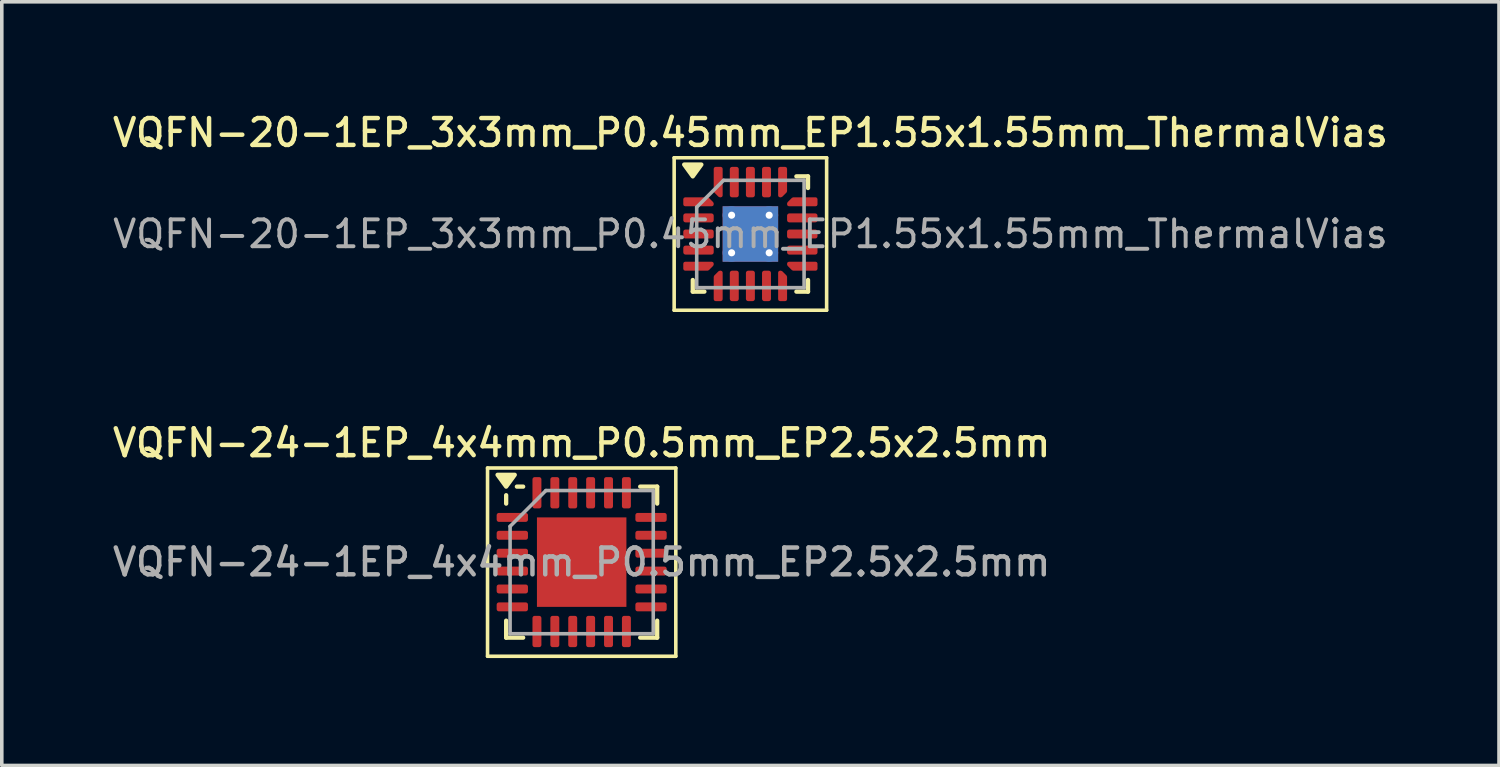
<source format=kicad_pcb>
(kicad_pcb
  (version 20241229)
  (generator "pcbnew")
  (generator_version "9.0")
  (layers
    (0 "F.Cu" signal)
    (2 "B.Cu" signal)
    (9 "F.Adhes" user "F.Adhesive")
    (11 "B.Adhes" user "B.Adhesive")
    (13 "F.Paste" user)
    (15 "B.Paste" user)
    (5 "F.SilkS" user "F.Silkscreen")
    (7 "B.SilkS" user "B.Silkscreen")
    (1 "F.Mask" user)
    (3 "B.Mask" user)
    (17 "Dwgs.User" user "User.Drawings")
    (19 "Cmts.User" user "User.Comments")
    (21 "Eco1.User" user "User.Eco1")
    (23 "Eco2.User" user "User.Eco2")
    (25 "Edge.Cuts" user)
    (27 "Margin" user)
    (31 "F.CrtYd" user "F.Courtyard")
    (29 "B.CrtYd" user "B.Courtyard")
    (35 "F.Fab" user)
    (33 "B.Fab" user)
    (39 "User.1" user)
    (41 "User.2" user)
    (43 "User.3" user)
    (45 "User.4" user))
  (footprint "VQFN-24-1EP_4x4mm_P0.5mm_EP2.5x2.5mm"
    (layer "F.Cu")
    (at 13.202 12.656)
    (property "Reference" "VQFN-24-1EP_4x4mm_P0.5mm_EP2.5x2.5mm" (at 0 -3.33 0) (layer "F.SilkS") (effects (font (size 0.75 0.75) (thickness 0.125))))
    (attr smd)
    (fp_line (start -2.63 -2.63) (end -2.63 2.63) (stroke (width 0.1) (type solid)) (layer "F.SilkS"))
    (fp_line (start -2.63 2.63) (end 2.63 2.63) (stroke (width 0.1) (type solid)) (layer "F.SilkS"))
    (fp_line (start -2.11 -1.635) (end -2.11 -1.87) (stroke (width 0.12) (type solid)) (layer "F.SilkS"))
    (fp_line (start -2.11 2.11) (end -2.11 1.635) (stroke (width 0.12) (type solid)) (layer "F.SilkS"))
    (fp_line (start -1.635 -2.11) (end -1.81 -2.11) (stroke (width 0.12) (type solid)) (layer "F.SilkS"))
    (fp_line (start -1.635 2.11) (end -2.11 2.11) (stroke (width 0.12) (type solid)) (layer "F.SilkS"))
    (fp_line (start 1.635 -2.11) (end 2.11 -2.11) (stroke (width 0.12) (type solid)) (layer "F.SilkS"))
    (fp_line (start 1.635 2.11) (end 2.11 2.11) (stroke (width 0.12) (type solid)) (layer "F.SilkS"))
    (fp_line (start 2.11 -2.11) (end 2.11 -1.635) (stroke (width 0.12) (type solid)) (layer "F.SilkS"))
    (fp_line (start 2.11 2.11) (end 2.11 1.635) (stroke (width 0.12) (type solid)) (layer "F.SilkS"))
    (fp_line (start 2.63 -2.63) (end -2.63 -2.63) (stroke (width 0.1) (type solid)) (layer "F.SilkS"))
    (fp_line (start 2.63 2.63) (end 2.63 -2.63) (stroke (width 0.1) (type solid)) (layer "F.SilkS"))
    (fp_poly (pts (xy -2.11 -2.11) (xy -2.35 -2.44) (xy -1.87 -2.44) (xy -2.11 -2.11)) (stroke (width 0.12) (type solid)) (fill yes) (layer "F.SilkS"))
    (fp_line (start -2 -1) (end -1 -2) (stroke (width 0.1) (type solid)) (layer "F.Fab"))
    (fp_line (start -2 2) (end -2 -1) (stroke (width 0.1) (type solid)) (layer "F.Fab"))
    (fp_line (start -1 -2) (end 2 -2) (stroke (width 0.1) (type solid)) (layer "F.Fab"))
    (fp_line (start 2 -2) (end 2 2) (stroke (width 0.1) (type solid)) (layer "F.Fab"))
    (fp_line (start 2 2) (end -2 2) (stroke (width 0.1) (type solid)) (layer "F.Fab"))
    (fp_text user "${REFERENCE}" (at 0 0 0) (layer "F.Fab") (effects (font (size 0.75 0.75) (thickness 0.125))))
    (pad "" smd roundrect (at -0.625 -0.625) (size 1.01 1.01) (layers "F.Paste") (roundrect_rratio 0.248))
    (pad "" smd roundrect (at -0.625 0.625) (size 1.01 1.01) (layers "F.Paste") (roundrect_rratio 0.248))
    (pad "" smd roundrect (at 0.625 -0.625) (size 1.01 1.01) (layers "F.Paste") (roundrect_rratio 0.248))
    (pad "" smd roundrect (at 0.625 0.625) (size 1.01 1.01) (layers "F.Paste") (roundrect_rratio 0.248))
    (pad "1" smd roundrect (at -1.938 -1.25) (size 0.875 0.25) (layers "F.Cu" "F.Mask" "F.Paste") (roundrect_rratio 0.25))
    (pad "2" smd roundrect (at -1.938 -0.75) (size 0.875 0.25) (layers "F.Cu" "F.Mask" "F.Paste") (roundrect_rratio 0.25))
    (pad "3" smd roundrect (at -1.938 -0.25) (size 0.875 0.25) (layers "F.Cu" "F.Mask" "F.Paste") (roundrect_rratio 0.25))
    (pad "4" smd roundrect (at -1.938 0.25) (size 0.875 0.25) (layers "F.Cu" "F.Mask" "F.Paste") (roundrect_rratio 0.25))
    (pad "5" smd roundrect (at -1.938 0.75) (size 0.875 0.25) (layers "F.Cu" "F.Mask" "F.Paste") (roundrect_rratio 0.25))
    (pad "6" smd roundrect (at -1.938 1.25) (size 0.875 0.25) (layers "F.Cu" "F.Mask" "F.Paste") (roundrect_rratio 0.25))
    (pad "7" smd roundrect (at -1.25 1.938) (size 0.25 0.875) (layers "F.Cu" "F.Mask" "F.Paste") (roundrect_rratio 0.25))
    (pad "8" smd roundrect (at -0.75 1.938) (size 0.25 0.875) (layers "F.Cu" "F.Mask" "F.Paste") (roundrect_rratio 0.25))
    (pad "9" smd roundrect (at -0.25 1.938) (size 0.25 0.875) (layers "F.Cu" "F.Mask" "F.Paste") (roundrect_rratio 0.25))
    (pad "10" smd roundrect (at 0.25 1.938) (size 0.25 0.875) (layers "F.Cu" "F.Mask" "F.Paste") (roundrect_rratio 0.25))
    (pad "11" smd roundrect (at 0.75 1.938) (size 0.25 0.875) (layers "F.Cu" "F.Mask" "F.Paste") (roundrect_rratio 0.25))
    (pad "12" smd roundrect (at 1.25 1.938) (size 0.25 0.875) (layers "F.Cu" "F.Mask" "F.Paste") (roundrect_rratio 0.25))
    (pad "13" smd roundrect (at 1.938 1.25) (size 0.875 0.25) (layers "F.Cu" "F.Mask" "F.Paste") (roundrect_rratio 0.25))
    (pad "14" smd roundrect (at 1.938 0.75) (size 0.875 0.25) (layers "F.Cu" "F.Mask" "F.Paste") (roundrect_rratio 0.25))
    (pad "15" smd roundrect (at 1.938 0.25) (size 0.875 0.25) (layers "F.Cu" "F.Mask" "F.Paste") (roundrect_rratio 0.25))
    (pad "16" smd roundrect (at 1.938 -0.25) (size 0.875 0.25) (layers "F.Cu" "F.Mask" "F.Paste") (roundrect_rratio 0.25))
    (pad "17" smd roundrect (at 1.938 -0.75) (size 0.875 0.25) (layers "F.Cu" "F.Mask" "F.Paste") (roundrect_rratio 0.25))
    (pad "18" smd roundrect (at 1.938 -1.25) (size 0.875 0.25) (layers "F.Cu" "F.Mask" "F.Paste") (roundrect_rratio 0.25))
    (pad "19" smd roundrect (at 1.25 -1.938) (size 0.25 0.875) (layers "F.Cu" "F.Mask" "F.Paste") (roundrect_rratio 0.25))
    (pad "20" smd roundrect (at 0.75 -1.938) (size 0.25 0.875) (layers "F.Cu" "F.Mask" "F.Paste") (roundrect_rratio 0.25))
    (pad "21" smd roundrect (at 0.25 -1.938) (size 0.25 0.875) (layers "F.Cu" "F.Mask" "F.Paste") (roundrect_rratio 0.25))
    (pad "22" smd roundrect (at -0.25 -1.938) (size 0.25 0.875) (layers "F.Cu" "F.Mask" "F.Paste") (roundrect_rratio 0.25))
    (pad "23" smd roundrect (at -0.75 -1.938) (size 0.25 0.875) (layers "F.Cu" "F.Mask" "F.Paste") (roundrect_rratio 0.25))
    (pad "24" smd roundrect (at -1.25 -1.938) (size 0.25 0.875) (layers "F.Cu" "F.Mask" "F.Paste") (roundrect_rratio 0.25))
    (pad "25" smd rect (at 0 0) (size 2.5 2.5) (property pad_prop_heatsink) (layers "F.Cu" "F.Mask")))
  (footprint "VQFN-20-1EP_3x3mm_P0.45mm_EP1.55x1.55mm_ThermalVias"
    (layer "F.Cu")
    (at 17.916 3.488)
    (property "Reference" "VQFN-20-1EP_3x3mm_P0.45mm_EP1.55x1.55mm_ThermalVias" (at 0 -2.83 0) (layer "F.SilkS") (effects (font (size 0.75 0.75) (thickness 0.125))))
    (attr smd)
    (fp_line (start -2.13 -2.13) (end -2.13 2.13) (stroke (width 0.1) (type solid)) (layer "F.SilkS"))
    (fp_line (start -2.13 2.13) (end 2.13 2.13) (stroke (width 0.1) (type solid)) (layer "F.SilkS"))
    (fp_line (start -1.61 1.61) (end -1.61 1.285) (stroke (width 0.12) (type solid)) (layer "F.SilkS"))
    (fp_line (start -1.285 1.61) (end -1.61 1.61) (stroke (width 0.12) (type solid)) (layer "F.SilkS"))
    (fp_line (start 1.285 -1.61) (end 1.61 -1.61) (stroke (width 0.12) (type solid)) (layer "F.SilkS"))
    (fp_line (start 1.285 1.61) (end 1.61 1.61) (stroke (width 0.12) (type solid)) (layer "F.SilkS"))
    (fp_line (start 1.61 -1.61) (end 1.61 -1.285) (stroke (width 0.12) (type solid)) (layer "F.SilkS"))
    (fp_line (start 1.61 1.61) (end 1.61 1.285) (stroke (width 0.12) (type solid)) (layer "F.SilkS"))
    (fp_line (start 2.13 -2.13) (end -2.13 -2.13) (stroke (width 0.1) (type solid)) (layer "F.SilkS"))
    (fp_line (start 2.13 2.13) (end 2.13 -2.13) (stroke (width 0.1) (type solid)) (layer "F.SilkS"))
    (fp_poly (pts (xy -1.61 -1.61) (xy -1.85 -1.94) (xy -1.37 -1.94) (xy -1.61 -1.61)) (stroke (width 0.12) (type solid)) (fill yes) (layer "F.SilkS"))
    (fp_line (start -1.5 -0.75) (end -0.75 -1.5) (stroke (width 0.1) (type solid)) (layer "F.Fab"))
    (fp_line (start -1.5 1.5) (end -1.5 -0.75) (stroke (width 0.1) (type solid)) (layer "F.Fab"))
    (fp_line (start -0.75 -1.5) (end 1.5 -1.5) (stroke (width 0.1) (type solid)) (layer "F.Fab"))
    (fp_line (start 1.5 -1.5) (end 1.5 1.5) (stroke (width 0.1) (type solid)) (layer "F.Fab"))
    (fp_line (start 1.5 1.5) (end -1.5 1.5) (stroke (width 0.1) (type solid)) (layer "F.Fab"))
    (fp_text user "${REFERENCE}" (at 0 0 0) (layer "F.Fab") (effects (font (size 0.75 0.75) (thickness 0.11))))
    (pad "" smd roundrect (at -0.39 -0.39) (size 0.67 0.67) (layers "F.Paste") (roundrect_rratio 0.25))
    (pad "" smd roundrect (at -0.39 0.39) (size 0.67 0.67) (layers "F.Paste") (roundrect_rratio 0.25))
    (pad "" smd roundrect (at 0.39 -0.39) (size 0.67 0.67) (layers "F.Paste") (roundrect_rratio 0.25))
    (pad "" smd roundrect (at 0.39 0.39) (size 0.67 0.67) (layers "F.Paste") (roundrect_rratio 0.25))
    (pad "1" smd custom (at -1.45 -0.9) (size 0.144 0.144) (layers "F.Cu" "F.Mask" "F.Paste") (options (anchor circle)) (primitives (gr_poly (pts (xy -0.375 -0.075) (xy 0.254 -0.075) (xy 0.375 0.046) (xy 0.375 0.075) (xy -0.375 0.075)) (width 0.1) (fill yes))))
    (pad "2" smd roundrect (at -1.45 -0.45) (size 0.85 0.25) (layers "F.Cu" "F.Mask" "F.Paste") (roundrect_rratio 0.25))
    (pad "3" smd roundrect (at -1.45 0) (size 0.85 0.25) (layers "F.Cu" "F.Mask" "F.Paste") (roundrect_rratio 0.25))
    (pad "4" smd roundrect (at -1.45 0.45) (size 0.85 0.25) (layers "F.Cu" "F.Mask" "F.Paste") (roundrect_rratio 0.25))
    (pad "5" smd custom (at -1.45 0.9) (size 0.144 0.144) (layers "F.Cu" "F.Mask" "F.Paste") (options (anchor circle)) (primitives (gr_poly (pts (xy -0.375 -0.075) (xy 0.375 -0.075) (xy 0.375 -0.046) (xy 0.254 0.075) (xy -0.375 0.075)) (width 0.1) (fill yes))))
    (pad "6" smd custom (at -0.9 1.45) (size 0.144 0.144) (layers "F.Cu" "F.Mask" "F.Paste") (options (anchor circle)) (primitives (gr_poly (pts (xy -0.075 -0.254) (xy 0.046 -0.375) (xy 0.075 -0.375) (xy 0.075 0.375) (xy -0.075 0.375)) (width 0.1) (fill yes))))
    (pad "7" smd roundrect (at -0.45 1.45) (size 0.25 0.85) (layers "F.Cu" "F.Mask" "F.Paste") (roundrect_rratio 0.25))
    (pad "8" smd roundrect (at 0 1.45) (size 0.25 0.85) (layers "F.Cu" "F.Mask" "F.Paste") (roundrect_rratio 0.25))
    (pad "9" smd roundrect (at 0.45 1.45) (size 0.25 0.85) (layers "F.Cu" "F.Mask" "F.Paste") (roundrect_rratio 0.25))
    (pad "10" smd custom (at 0.9 1.45) (size 0.144 0.144) (layers "F.Cu" "F.Mask" "F.Paste") (options (anchor circle)) (primitives (gr_poly (pts (xy -0.075 -0.375) (xy -0.046 -0.375) (xy 0.075 -0.254) (xy 0.075 0.375) (xy -0.075 0.375)) (width 0.1) (fill yes))))
    (pad "11" smd custom (at 1.45 0.9) (size 0.144 0.144) (layers "F.Cu" "F.Mask" "F.Paste") (options (anchor circle)) (primitives (gr_poly (pts (xy -0.375 -0.075) (xy 0.375 -0.075) (xy 0.375 0.075) (xy -0.254 0.075) (xy -0.375 -0.046)) (width 0.1) (fill yes))))
    (pad "12" smd roundrect (at 1.45 0.45) (size 0.85 0.25) (layers "F.Cu" "F.Mask" "F.Paste") (roundrect_rratio 0.25))
    (pad "13" smd roundrect (at 1.45 0) (size 0.85 0.25) (layers "F.Cu" "F.Mask" "F.Paste") (roundrect_rratio 0.25))
    (pad "14" smd roundrect (at 1.45 -0.45) (size 0.85 0.25) (layers "F.Cu" "F.Mask" "F.Paste") (roundrect_rratio 0.25))
    (pad "15" smd custom (at 1.45 -0.9) (size 0.144 0.144) (layers "F.Cu" "F.Mask" "F.Paste") (options (anchor circle)) (primitives (gr_poly (pts (xy -0.375 0.046) (xy -0.254 -0.075) (xy 0.375 -0.075) (xy 0.375 0.075) (xy -0.375 0.075)) (width 0.1) (fill yes))))
    (pad "16" smd custom (at 0.9 -1.45) (size 0.144 0.144) (layers "F.Cu" "F.Mask" "F.Paste") (options (anchor circle)) (primitives (gr_poly (pts (xy -0.075 -0.375) (xy 0.075 -0.375) (xy 0.075 0.254) (xy -0.046 0.375) (xy -0.075 0.375)) (width 0.1) (fill yes))))
    (pad "17" smd roundrect (at 0.45 -1.45) (size 0.25 0.85) (layers "F.Cu" "F.Mask" "F.Paste") (roundrect_rratio 0.25))
    (pad "18" smd roundrect (at 0 -1.45) (size 0.25 0.85) (layers "F.Cu" "F.Mask" "F.Paste") (roundrect_rratio 0.25))
    (pad "19" smd roundrect (at -0.45 -1.45) (size 0.25 0.85) (layers "F.Cu" "F.Mask" "F.Paste") (roundrect_rratio 0.25))
    (pad "20" smd custom (at -0.9 -1.45) (size 0.144 0.144) (layers "F.Cu" "F.Mask" "F.Paste") (options (anchor circle)) (primitives (gr_poly (pts (xy -0.075 -0.375) (xy 0.075 -0.375) (xy 0.075 0.375) (xy 0.046 0.375) (xy -0.075 0.254)) (width 0.1) (fill yes))))
    (pad "21" thru_hole circle (at -0.525 -0.525) (size 0.5 0.5) (drill 0.2) (property pad_prop_heatsink) (layers "*.Cu"))
    (pad "21" thru_hole circle (at -0.525 0.525) (size 0.5 0.5) (drill 0.2) (property pad_prop_heatsink) (layers "*.Cu"))
    (pad "21" smd rect (at 0 0) (size 1.55 1.55) (property pad_prop_heatsink) (layers "F.Cu" "F.Mask"))
    (pad "21" smd rect (at 0 0) (size 1.55 1.55) (property pad_prop_heatsink) (layers "B.Cu"))
    (pad "21" thru_hole circle (at 0.525 -0.525) (size 0.5 0.5) (drill 0.2) (property pad_prop_heatsink) (layers "*.Cu"))
    (pad "21" thru_hole circle (at 0.525 0.525) (size 0.5 0.5) (drill 0.2) (property pad_prop_heatsink) (layers "*.Cu")))
  (gr_rect
    (start -3 -3)
    (end 38.832 18.336)
    (stroke (width 0.1) (type default))
    (fill no)
    (layer "Edge.Cuts")))
</source>
